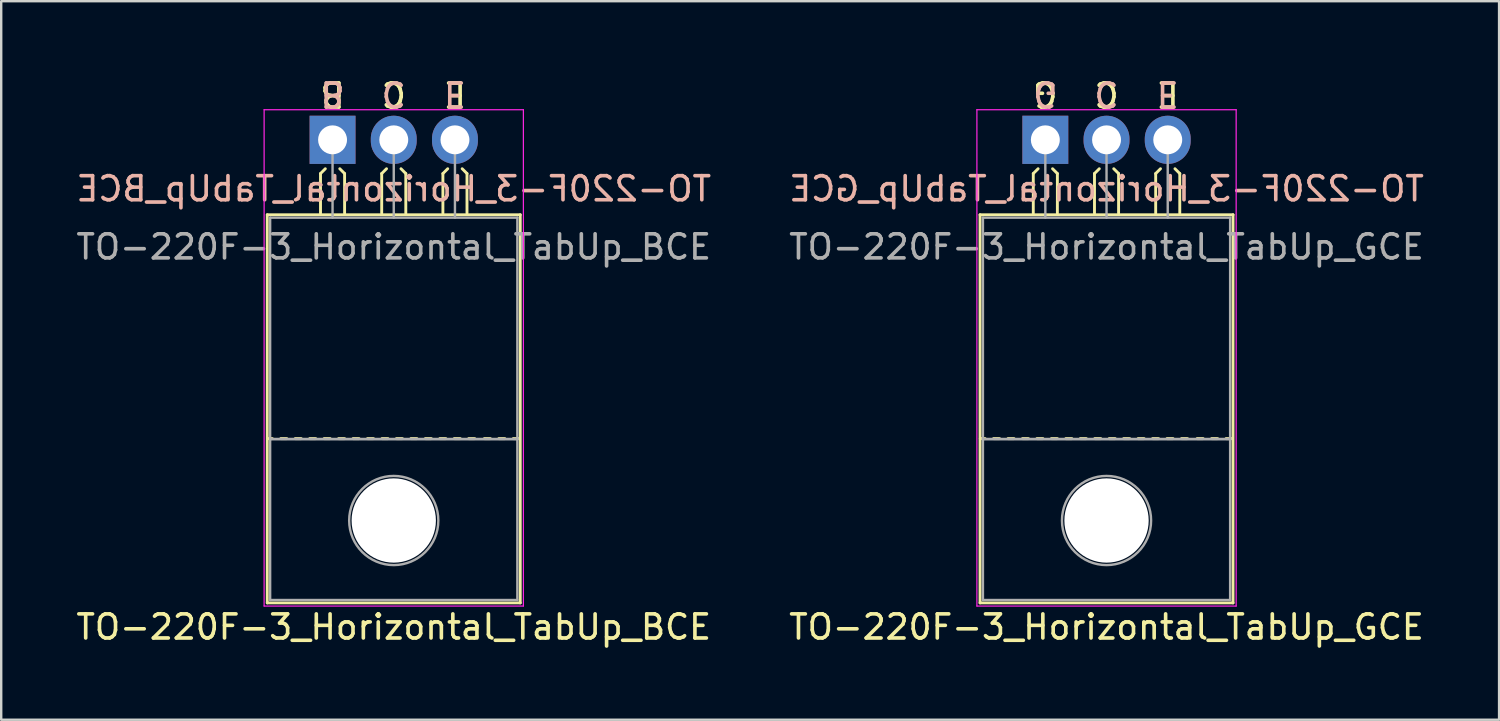
<source format=kicad_pcb>
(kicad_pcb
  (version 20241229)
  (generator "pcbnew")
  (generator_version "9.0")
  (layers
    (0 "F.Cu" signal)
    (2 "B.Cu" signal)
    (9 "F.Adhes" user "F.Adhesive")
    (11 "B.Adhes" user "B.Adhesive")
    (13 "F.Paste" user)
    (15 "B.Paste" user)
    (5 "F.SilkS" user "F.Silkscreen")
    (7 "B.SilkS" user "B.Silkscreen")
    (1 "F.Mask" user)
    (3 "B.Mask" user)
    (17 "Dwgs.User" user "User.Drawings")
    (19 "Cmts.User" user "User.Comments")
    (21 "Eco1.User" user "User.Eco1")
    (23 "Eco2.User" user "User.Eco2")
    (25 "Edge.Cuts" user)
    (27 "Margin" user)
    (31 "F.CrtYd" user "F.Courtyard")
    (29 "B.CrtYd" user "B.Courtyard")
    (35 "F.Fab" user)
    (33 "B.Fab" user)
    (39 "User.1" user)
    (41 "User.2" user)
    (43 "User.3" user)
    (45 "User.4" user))
  (footprint "TO-220F-3_Horizontal_TabUp_BCE"
    (layer "F.Cu")
    (at 10.752 2.753)
    (property "Reference" "TO-220F-3_Horizontal_TabUp_BCE" (at 2.54 20.22 0) (layer "F.SilkS") (effects (font (size 1 1) (thickness 0.15))))
    (fp_line (start -2.71 19.22) (end -2.71 3.11) (stroke (width 0.12) (type solid)) (layer "F.SilkS"))
    (fp_line (start -2.5 12.4) (end -2.7 12.4) (stroke (width 0.12) (type solid)) (layer "F.SilkS"))
    (fp_line (start -1.9 12.4) (end -2.15 12.4) (stroke (width 0.12) (type solid)) (layer "F.SilkS"))
    (fp_line (start -1.3 12.4) (end -1.55 12.4) (stroke (width 0.12) (type solid)) (layer "F.SilkS"))
    (fp_line (start -0.7 12.4) (end -0.95 12.4) (stroke (width 0.12) (type solid)) (layer "F.SilkS"))
    (fp_line (start -0.5 1.4) (end -0.3 1.2) (stroke (width 0.12) (type solid)) (layer "F.SilkS"))
    (fp_line (start -0.5 3.048) (end -0.5 1.4) (stroke (width 0.12) (type solid)) (layer "F.SilkS"))
    (fp_line (start -0.1 12.4) (end -0.35 12.4) (stroke (width 0.12) (type solid)) (layer "F.SilkS"))
    (fp_line (start 0.5 1.4) (end 0.3 1.2) (stroke (width 0.12) (type solid)) (layer "F.SilkS"))
    (fp_line (start 0.5 3.048) (end 0.5 1.4) (stroke (width 0.12) (type solid)) (layer "F.SilkS"))
    (fp_line (start 0.5 12.4) (end 0.25 12.4) (stroke (width 0.12) (type solid)) (layer "F.SilkS"))
    (fp_line (start 1.1 12.4) (end 0.85 12.4) (stroke (width 0.12) (type solid)) (layer "F.SilkS"))
    (fp_line (start 1.7 12.4) (end 1.45 12.4) (stroke (width 0.12) (type solid)) (layer "F.SilkS"))
    (fp_line (start 2.04 1.4) (end 2.24 1.2) (stroke (width 0.12) (type solid)) (layer "F.SilkS"))
    (fp_line (start 2.04 3.048) (end 2.04 1.4) (stroke (width 0.12) (type solid)) (layer "F.SilkS"))
    (fp_line (start 2.3 12.4) (end 2.05 12.4) (stroke (width 0.12) (type solid)) (layer "F.SilkS"))
    (fp_line (start 2.9 12.4) (end 2.65 12.4) (stroke (width 0.12) (type solid)) (layer "F.SilkS"))
    (fp_line (start 3.04 1.4) (end 2.84 1.2) (stroke (width 0.12) (type solid)) (layer "F.SilkS"))
    (fp_line (start 3.04 3.048) (end 3.04 1.4) (stroke (width 0.12) (type solid)) (layer "F.SilkS"))
    (fp_line (start 3.5 12.4) (end 3.25 12.4) (stroke (width 0.12) (type solid)) (layer "F.SilkS"))
    (fp_line (start 4.1 12.4) (end 3.85 12.4) (stroke (width 0.12) (type solid)) (layer "F.SilkS"))
    (fp_line (start 4.58 1.4) (end 4.78 1.2) (stroke (width 0.12) (type solid)) (layer "F.SilkS"))
    (fp_line (start 4.58 3.048) (end 4.58 1.4) (stroke (width 0.12) (type solid)) (layer "F.SilkS"))
    (fp_line (start 4.7 12.4) (end 4.45 12.4) (stroke (width 0.12) (type solid)) (layer "F.SilkS"))
    (fp_line (start 5.3 12.4) (end 5.05 12.4) (stroke (width 0.12) (type solid)) (layer "F.SilkS"))
    (fp_line (start 5.58 1.4) (end 5.38 1.2) (stroke (width 0.12) (type solid)) (layer "F.SilkS"))
    (fp_line (start 5.58 3.048) (end 5.58 1.4) (stroke (width 0.12) (type solid)) (layer "F.SilkS"))
    (fp_line (start 5.9 12.4) (end 5.65 12.4) (stroke (width 0.12) (type solid)) (layer "F.SilkS"))
    (fp_line (start 6.55 12.4) (end 6.3 12.4) (stroke (width 0.12) (type solid)) (layer "F.SilkS"))
    (fp_line (start 7.15 12.4) (end 6.9 12.4) (stroke (width 0.12) (type solid)) (layer "F.SilkS"))
    (fp_line (start 7.75 12.4) (end 7.5 12.4) (stroke (width 0.12) (type solid)) (layer "F.SilkS"))
    (fp_line (start 7.79 3.11) (end -2.71 3.11) (stroke (width 0.12) (type solid)) (layer "F.SilkS"))
    (fp_line (start 7.79 19.22) (end -2.71 19.22) (stroke (width 0.12) (type solid)) (layer "F.SilkS"))
    (fp_line (start 7.79 19.22) (end 7.79 3.11) (stroke (width 0.12) (type solid)) (layer "F.SilkS"))
    (fp_line (start -2.84 -1.25) (end -2.84 19.35) (stroke (width 0.05) (type solid)) (layer "F.CrtYd"))
    (fp_line (start -2.84 19.35) (end 7.92 19.35) (stroke (width 0.05) (type solid)) (layer "F.CrtYd"))
    (fp_line (start 7.92 -1.25) (end -2.84 -1.25) (stroke (width 0.05) (type solid)) (layer "F.CrtYd"))
    (fp_line (start 7.92 19.35) (end 7.92 -1.25) (stroke (width 0.05) (type solid)) (layer "F.CrtYd"))
    (fp_line (start -2.59 3.23) (end -2.59 12.42) (stroke (width 0.1) (type solid)) (layer "F.Fab"))
    (fp_line (start -2.59 12.42) (end -2.59 19.1) (stroke (width 0.1) (type solid)) (layer "F.Fab"))
    (fp_line (start -2.59 12.42) (end 7.67 12.42) (stroke (width 0.1) (type solid)) (layer "F.Fab"))
    (fp_line (start -2.59 19.1) (end 7.67 19.1) (stroke (width 0.1) (type solid)) (layer "F.Fab"))
    (fp_line (start 0 3.23) (end 0 0) (stroke (width 0.1) (type solid)) (layer "F.Fab"))
    (fp_line (start 2.54 3.23) (end 2.54 0) (stroke (width 0.1) (type solid)) (layer "F.Fab"))
    (fp_line (start 5.08 3.23) (end 5.08 0) (stroke (width 0.1) (type solid)) (layer "F.Fab"))
    (fp_line (start 7.67 3.23) (end -2.59 3.23) (stroke (width 0.1) (type solid)) (layer "F.Fab"))
    (fp_line (start 7.67 12.42) (end -2.59 12.42) (stroke (width 0.1) (type solid)) (layer "F.Fab"))
    (fp_line (start 7.67 12.42) (end 7.67 3.23) (stroke (width 0.1) (type solid)) (layer "F.Fab"))
    (fp_line (start 7.67 19.1) (end 7.67 12.42) (stroke (width 0.1) (type solid)) (layer "F.Fab"))
    (fp_circle (center 2.54 15.8) (end 4.39 15.8) (stroke (width 0.1) (type solid)) (fill no) (layer "F.Fab"))
    (fp_text user "E" (at 5.08 -1.905 180) (unlocked yes) (layer "F.SilkS") (effects (font (size 1 1) (thickness 0.15))))
    (fp_text user "B" (at 0 -1.905 180) (unlocked yes) (layer "F.SilkS") (effects (font (size 1 1) (thickness 0.15))))
    (fp_text user "C" (at 2.54 -1.905 180) (unlocked yes) (layer "F.SilkS") (effects (font (size 1 1) (thickness 0.15))))
    (fp_text user "${REFERENCE}" (at 2.54 2.032 0) (layer "B.SilkS") (effects (font (size 1 1) (thickness 0.15)) (justify mirror)))
    (fp_text user "C" (at 2.54 -1.905 180) (unlocked yes) (layer "B.SilkS") (effects (font (size 1 1) (thickness 0.15)) (justify mirror)))
    (fp_text user "B" (at 0 -1.905 180) (unlocked yes) (layer "B.SilkS") (effects (font (size 1 1) (thickness 0.15)) (justify mirror)))
    (fp_text user "E" (at 5.08 -1.905 180) (unlocked yes) (layer "B.SilkS") (effects (font (size 1 1) (thickness 0.15)) (justify mirror)))
    (fp_text user "${REFERENCE}" (at 2.54 4.445 0) (layer "F.Fab") (effects (font (size 1 1) (thickness 0.15))))
    (pad "" np_thru_hole oval (at 2.54 15.8) (size 3.5 3.5) (drill 3.5) (layers "*.Cu" "*.Mask"))
    (pad "1" thru_hole rect (at 0 0) (size 1.905 2) (drill 1.2) (layers "*.Cu" "*.Mask"))
    (pad "2" thru_hole oval (at 2.54 0) (size 1.905 2) (drill 1.2) (layers "*.Cu" "*.Mask"))
    (pad "3" thru_hole oval (at 5.08 0) (size 1.905 2) (drill 1.2) (layers "*.Cu" "*.Mask")))
  (footprint "TO-220F-3_Horizontal_TabUp_GCE"
    (layer "F.Cu")
    (at 40.335 2.753)
    (property "Reference" "TO-220F-3_Horizontal_TabUp_GCE" (at 2.54 20.22 0) (layer "F.SilkS") (effects (font (size 1 1) (thickness 0.15))))
    (fp_line (start -2.71 19.22) (end -2.71 3.11) (stroke (width 0.12) (type solid)) (layer "F.SilkS"))
    (fp_line (start -2.5 12.4) (end -2.7 12.4) (stroke (width 0.12) (type solid)) (layer "F.SilkS"))
    (fp_line (start -1.9 12.4) (end -2.15 12.4) (stroke (width 0.12) (type solid)) (layer "F.SilkS"))
    (fp_line (start -1.3 12.4) (end -1.55 12.4) (stroke (width 0.12) (type solid)) (layer "F.SilkS"))
    (fp_line (start -0.7 12.4) (end -0.95 12.4) (stroke (width 0.12) (type solid)) (layer "F.SilkS"))
    (fp_line (start -0.5 1.4) (end -0.3 1.2) (stroke (width 0.12) (type solid)) (layer "F.SilkS"))
    (fp_line (start -0.5 3.048) (end -0.5 1.4) (stroke (width 0.12) (type solid)) (layer "F.SilkS"))
    (fp_line (start -0.1 12.4) (end -0.35 12.4) (stroke (width 0.12) (type solid)) (layer "F.SilkS"))
    (fp_line (start 0.5 1.4) (end 0.3 1.2) (stroke (width 0.12) (type solid)) (layer "F.SilkS"))
    (fp_line (start 0.5 3.048) (end 0.5 1.4) (stroke (width 0.12) (type solid)) (layer "F.SilkS"))
    (fp_line (start 0.5 12.4) (end 0.25 12.4) (stroke (width 0.12) (type solid)) (layer "F.SilkS"))
    (fp_line (start 1.1 12.4) (end 0.85 12.4) (stroke (width 0.12) (type solid)) (layer "F.SilkS"))
    (fp_line (start 1.7 12.4) (end 1.45 12.4) (stroke (width 0.12) (type solid)) (layer "F.SilkS"))
    (fp_line (start 2.04 1.4) (end 2.24 1.2) (stroke (width 0.12) (type solid)) (layer "F.SilkS"))
    (fp_line (start 2.04 3.048) (end 2.04 1.4) (stroke (width 0.12) (type solid)) (layer "F.SilkS"))
    (fp_line (start 2.3 12.4) (end 2.05 12.4) (stroke (width 0.12) (type solid)) (layer "F.SilkS"))
    (fp_line (start 2.9 12.4) (end 2.65 12.4) (stroke (width 0.12) (type solid)) (layer "F.SilkS"))
    (fp_line (start 3.04 1.4) (end 2.84 1.2) (stroke (width 0.12) (type solid)) (layer "F.SilkS"))
    (fp_line (start 3.04 3.048) (end 3.04 1.4) (stroke (width 0.12) (type solid)) (layer "F.SilkS"))
    (fp_line (start 3.5 12.4) (end 3.25 12.4) (stroke (width 0.12) (type solid)) (layer "F.SilkS"))
    (fp_line (start 4.1 12.4) (end 3.85 12.4) (stroke (width 0.12) (type solid)) (layer "F.SilkS"))
    (fp_line (start 4.58 1.4) (end 4.78 1.2) (stroke (width 0.12) (type solid)) (layer "F.SilkS"))
    (fp_line (start 4.58 3.048) (end 4.58 1.4) (stroke (width 0.12) (type solid)) (layer "F.SilkS"))
    (fp_line (start 4.7 12.4) (end 4.45 12.4) (stroke (width 0.12) (type solid)) (layer "F.SilkS"))
    (fp_line (start 5.3 12.4) (end 5.05 12.4) (stroke (width 0.12) (type solid)) (layer "F.SilkS"))
    (fp_line (start 5.58 1.4) (end 5.38 1.2) (stroke (width 0.12) (type solid)) (layer "F.SilkS"))
    (fp_line (start 5.58 3.048) (end 5.58 1.4) (stroke (width 0.12) (type solid)) (layer "F.SilkS"))
    (fp_line (start 5.9 12.4) (end 5.65 12.4) (stroke (width 0.12) (type solid)) (layer "F.SilkS"))
    (fp_line (start 6.55 12.4) (end 6.3 12.4) (stroke (width 0.12) (type solid)) (layer "F.SilkS"))
    (fp_line (start 7.15 12.4) (end 6.9 12.4) (stroke (width 0.12) (type solid)) (layer "F.SilkS"))
    (fp_line (start 7.75 12.4) (end 7.5 12.4) (stroke (width 0.12) (type solid)) (layer "F.SilkS"))
    (fp_line (start 7.79 3.11) (end -2.71 3.11) (stroke (width 0.12) (type solid)) (layer "F.SilkS"))
    (fp_line (start 7.79 19.22) (end -2.71 19.22) (stroke (width 0.12) (type solid)) (layer "F.SilkS"))
    (fp_line (start 7.79 19.22) (end 7.79 3.11) (stroke (width 0.12) (type solid)) (layer "F.SilkS"))
    (fp_line (start -2.84 -1.25) (end -2.84 19.35) (stroke (width 0.05) (type solid)) (layer "F.CrtYd"))
    (fp_line (start -2.84 19.35) (end 7.92 19.35) (stroke (width 0.05) (type solid)) (layer "F.CrtYd"))
    (fp_line (start 7.92 -1.25) (end -2.84 -1.25) (stroke (width 0.05) (type solid)) (layer "F.CrtYd"))
    (fp_line (start 7.92 19.35) (end 7.92 -1.25) (stroke (width 0.05) (type solid)) (layer "F.CrtYd"))
    (fp_line (start -2.59 3.23) (end -2.59 12.42) (stroke (width 0.1) (type solid)) (layer "F.Fab"))
    (fp_line (start -2.59 12.42) (end -2.59 19.1) (stroke (width 0.1) (type solid)) (layer "F.Fab"))
    (fp_line (start -2.59 12.42) (end 7.67 12.42) (stroke (width 0.1) (type solid)) (layer "F.Fab"))
    (fp_line (start -2.59 19.1) (end 7.67 19.1) (stroke (width 0.1) (type solid)) (layer "F.Fab"))
    (fp_line (start 0 3.23) (end 0 0) (stroke (width 0.1) (type solid)) (layer "F.Fab"))
    (fp_line (start 2.54 3.23) (end 2.54 0) (stroke (width 0.1) (type solid)) (layer "F.Fab"))
    (fp_line (start 5.08 3.23) (end 5.08 0) (stroke (width 0.1) (type solid)) (layer "F.Fab"))
    (fp_line (start 7.67 3.23) (end -2.59 3.23) (stroke (width 0.1) (type solid)) (layer "F.Fab"))
    (fp_line (start 7.67 12.42) (end -2.59 12.42) (stroke (width 0.1) (type solid)) (layer "F.Fab"))
    (fp_line (start 7.67 12.42) (end 7.67 3.23) (stroke (width 0.1) (type solid)) (layer "F.Fab"))
    (fp_line (start 7.67 19.1) (end 7.67 12.42) (stroke (width 0.1) (type solid)) (layer "F.Fab"))
    (fp_circle (center 2.54 15.8) (end 4.39 15.8) (stroke (width 0.1) (type solid)) (fill no) (layer "F.Fab"))
    (fp_text user "C" (at 2.54 -1.905 180) (unlocked yes) (layer "F.SilkS") (effects (font (size 1 1) (thickness 0.15))))
    (fp_text user "E" (at 5.08 -1.905 180) (unlocked yes) (layer "F.SilkS") (effects (font (size 1 1) (thickness 0.15))))
    (fp_text user "G" (at 0 -1.905 180) (unlocked yes) (layer "F.SilkS") (effects (font (size 1 1) (thickness 0.15))))
    (fp_text user "C" (at 2.54 -1.905 180) (unlocked yes) (layer "B.SilkS") (effects (font (size 1 1) (thickness 0.15)) (justify mirror)))
    (fp_text user "G" (at 0 -1.905 180) (unlocked yes) (layer "B.SilkS") (effects (font (size 1 1) (thickness 0.15)) (justify mirror)))
    (fp_text user "${REFERENCE}" (at 2.54 2.032 0) (layer "B.SilkS") (effects (font (size 1 1) (thickness 0.15)) (justify mirror)))
    (fp_text user "E" (at 5.08 -1.905 180) (unlocked yes) (layer "B.SilkS") (effects (font (size 1 1) (thickness 0.15)) (justify mirror)))
    (fp_text user "${REFERENCE}" (at 2.54 4.445 0) (layer "F.Fab") (effects (font (size 1 1) (thickness 0.15))))
    (pad "" np_thru_hole oval (at 2.54 15.8) (size 3.5 3.5) (drill 3.5) (layers "*.Cu" "*.Mask"))
    (pad "1" thru_hole rect (at 0 0) (size 1.905 2) (drill 1.2) (layers "*.Cu" "*.Mask"))
    (pad "2" thru_hole oval (at 2.54 0) (size 1.905 2) (drill 1.2) (layers "*.Cu" "*.Mask"))
    (pad "3" thru_hole oval (at 5.08 0) (size 1.905 2) (drill 1.2) (layers "*.Cu" "*.Mask")))
  (gr_rect
    (start -3 -3)
    (end 59.167 26.822)
    (stroke (width 0.1) (type default))
    (fill no)
    (layer "Edge.Cuts")))
</source>
